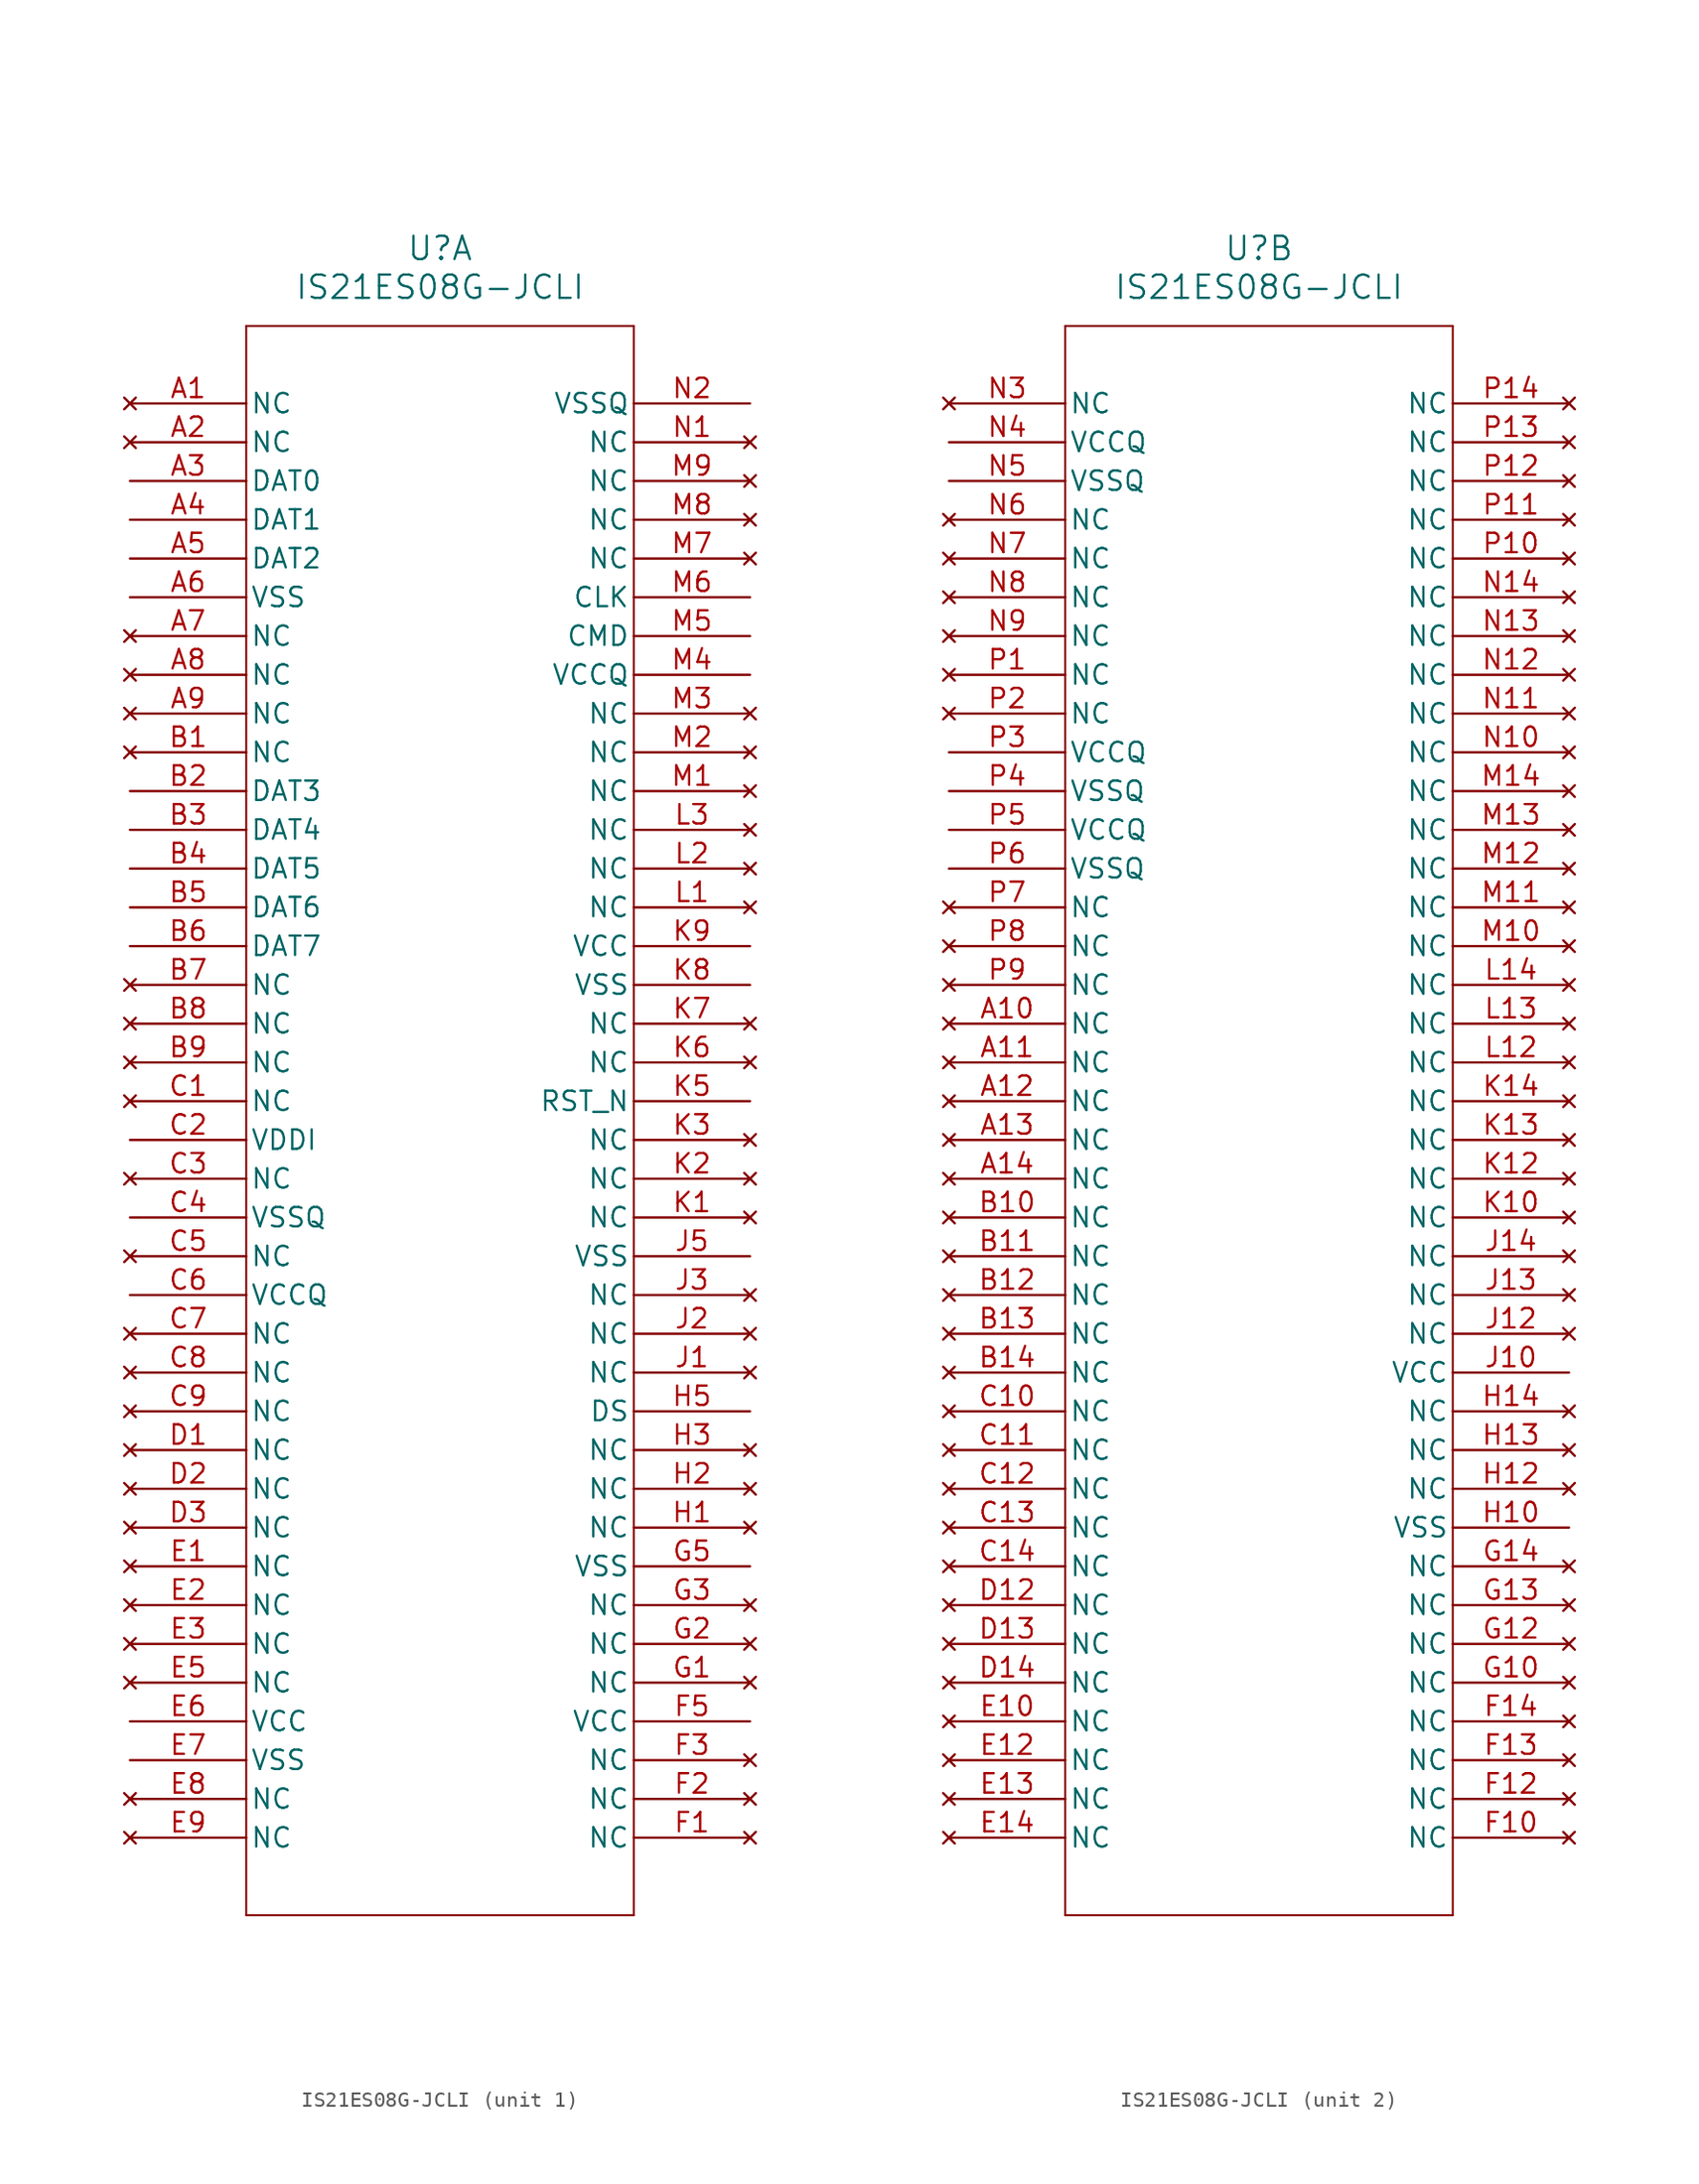
<source format=kicad_sym>
(kicad_symbol_lib
  (version 20211014)
  (generator kicad_symbol_editor)
  (symbol "IS21ES08G-JCLI"
    (pin_names
      (offset 0.254))
    (property "Reference" "U"
      (at 20.32 10.16 0)
      (effects (font (size 1.524 1.524))))
    (property "Value" "IS21ES08G-JCLI"
      (at 20.32 7.62 0)
      (effects (font (size 1.524 1.524))))
    (symbol "IS21ES08G-JCLI_1_1"
      (polyline (pts (xy 7.62 5.08) (xy 7.62 -99.06)) (stroke (width 0.127) (type default) (color 0 0 0 0)) (fill (type none)))
      (polyline (pts (xy 7.62 -99.06) (xy 33.02 -99.06)) (stroke (width 0.127) (type default) (color 0 0 0 0)) (fill (type none)))
      (polyline (pts (xy 33.02 -99.06) (xy 33.02 5.08)) (stroke (width 0.127) (type default) (color 0 0 0 0)) (fill (type none)))
      (polyline (pts (xy 33.02 5.08) (xy 7.62 5.08)) (stroke (width 0.127) (type default) (color 0 0 0 0)) (fill (type none)))
      (pin no_connect line (at 0 0 0) (length 7.62) (name "NC" (effects (font (size 1.27 1.27)))) (number "A1" (effects (font (size 1.27 1.27)))))
      (pin no_connect line (at 0 -2.54 0) (length 7.62) (name "NC" (effects (font (size 1.27 1.27)))) (number "A2" (effects (font (size 1.27 1.27)))))
      (pin bidirectional line (at 0 -5.08 0) (length 7.62) (name "DAT0" (effects (font (size 1.27 1.27)))) (number "A3" (effects (font (size 1.27 1.27)))))
      (pin bidirectional line (at 0 -7.62 0) (length 7.62) (name "DAT1" (effects (font (size 1.27 1.27)))) (number "A4" (effects (font (size 1.27 1.27)))))
      (pin bidirectional line (at 0 -10.16 0) (length 7.62) (name "DAT2" (effects (font (size 1.27 1.27)))) (number "A5" (effects (font (size 1.27 1.27)))))
      (pin power_out line (at 0 -12.7 0) (length 7.62) (name "VSS" (effects (font (size 1.27 1.27)))) (number "A6" (effects (font (size 1.27 1.27)))))
      (pin no_connect line (at 0 -15.24 0) (length 7.62) (name "NC" (effects (font (size 1.27 1.27)))) (number "A7" (effects (font (size 1.27 1.27)))))
      (pin no_connect line (at 0 -17.78 0) (length 7.62) (name "NC" (effects (font (size 1.27 1.27)))) (number "A8" (effects (font (size 1.27 1.27)))))
      (pin no_connect line (at 0 -20.32 0) (length 7.62) (name "NC" (effects (font (size 1.27 1.27)))) (number "A9" (effects (font (size 1.27 1.27)))))
      (pin no_connect line (at 0 -22.86 0) (length 7.62) (name "NC" (effects (font (size 1.27 1.27)))) (number "B1" (effects (font (size 1.27 1.27)))))
      (pin bidirectional line (at 0 -25.4 0) (length 7.62) (name "DAT3" (effects (font (size 1.27 1.27)))) (number "B2" (effects (font (size 1.27 1.27)))))
      (pin bidirectional line (at 0 -27.94 0) (length 7.62) (name "DAT4" (effects (font (size 1.27 1.27)))) (number "B3" (effects (font (size 1.27 1.27)))))
      (pin bidirectional line (at 0 -30.48 0) (length 7.62) (name "DAT5" (effects (font (size 1.27 1.27)))) (number "B4" (effects (font (size 1.27 1.27)))))
      (pin bidirectional line (at 0 -33.02 0) (length 7.62) (name "DAT6" (effects (font (size 1.27 1.27)))) (number "B5" (effects (font (size 1.27 1.27)))))
      (pin bidirectional line (at 0 -35.56 0) (length 7.62) (name "DAT7" (effects (font (size 1.27 1.27)))) (number "B6" (effects (font (size 1.27 1.27)))))
      (pin no_connect line (at 0 -38.1 0) (length 7.62) (name "NC" (effects (font (size 1.27 1.27)))) (number "B7" (effects (font (size 1.27 1.27)))))
      (pin no_connect line (at 0 -40.64 0) (length 7.62) (name "NC" (effects (font (size 1.27 1.27)))) (number "B8" (effects (font (size 1.27 1.27)))))
      (pin no_connect line (at 0 -43.18 0) (length 7.62) (name "NC" (effects (font (size 1.27 1.27)))) (number "B9" (effects (font (size 1.27 1.27)))))
      (pin no_connect line (at 0 -45.72 0) (length 7.62) (name "NC" (effects (font (size 1.27 1.27)))) (number "C1" (effects (font (size 1.27 1.27)))))
      (pin power_in line (at 0 -48.26 0) (length 7.62) (name "VDDI" (effects (font (size 1.27 1.27)))) (number "C2" (effects (font (size 1.27 1.27)))))
      (pin no_connect line (at 0 -50.8 0) (length 7.62) (name "NC" (effects (font (size 1.27 1.27)))) (number "C3" (effects (font (size 1.27 1.27)))))
      (pin power_out line (at 0 -53.34 0) (length 7.62) (name "VSSQ" (effects (font (size 1.27 1.27)))) (number "C4" (effects (font (size 1.27 1.27)))))
      (pin no_connect line (at 0 -55.88 0) (length 7.62) (name "NC" (effects (font (size 1.27 1.27)))) (number "C5" (effects (font (size 1.27 1.27)))))
      (pin power_in line (at 0 -58.42 0) (length 7.62) (name "VCCQ" (effects (font (size 1.27 1.27)))) (number "C6" (effects (font (size 1.27 1.27)))))
      (pin no_connect line (at 0 -60.96 0) (length 7.62) (name "NC" (effects (font (size 1.27 1.27)))) (number "C7" (effects (font (size 1.27 1.27)))))
      (pin no_connect line (at 0 -63.5 0) (length 7.62) (name "NC" (effects (font (size 1.27 1.27)))) (number "C8" (effects (font (size 1.27 1.27)))))
      (pin no_connect line (at 0 -66.04 0) (length 7.62) (name "NC" (effects (font (size 1.27 1.27)))) (number "C9" (effects (font (size 1.27 1.27)))))
      (pin no_connect line (at 0 -68.58 0) (length 7.62) (name "NC" (effects (font (size 1.27 1.27)))) (number "D1" (effects (font (size 1.27 1.27)))))
      (pin no_connect line (at 0 -71.12 0) (length 7.62) (name "NC" (effects (font (size 1.27 1.27)))) (number "D2" (effects (font (size 1.27 1.27)))))
      (pin no_connect line (at 0 -73.66 0) (length 7.62) (name "NC" (effects (font (size 1.27 1.27)))) (number "D3" (effects (font (size 1.27 1.27)))))
      (pin no_connect line (at 0 -76.2 0) (length 7.62) (name "NC" (effects (font (size 1.27 1.27)))) (number "E1" (effects (font (size 1.27 1.27)))))
      (pin no_connect line (at 0 -78.74 0) (length 7.62) (name "NC" (effects (font (size 1.27 1.27)))) (number "E2" (effects (font (size 1.27 1.27)))))
      (pin no_connect line (at 0 -81.28 0) (length 7.62) (name "NC" (effects (font (size 1.27 1.27)))) (number "E3" (effects (font (size 1.27 1.27)))))
      (pin no_connect line (at 0 -83.82 0) (length 7.62) (name "NC" (effects (font (size 1.27 1.27)))) (number "E5" (effects (font (size 1.27 1.27)))))
      (pin power_in line (at 0 -86.36 0) (length 7.62) (name "VCC" (effects (font (size 1.27 1.27)))) (number "E6" (effects (font (size 1.27 1.27)))))
      (pin power_out line (at 0 -88.9 0) (length 7.62) (name "VSS" (effects (font (size 1.27 1.27)))) (number "E7" (effects (font (size 1.27 1.27)))))
      (pin no_connect line (at 0 -91.44 0) (length 7.62) (name "NC" (effects (font (size 1.27 1.27)))) (number "E8" (effects (font (size 1.27 1.27)))))
      (pin no_connect line (at 0 -93.98 0) (length 7.62) (name "NC" (effects (font (size 1.27 1.27)))) (number "E9" (effects (font (size 1.27 1.27)))))
      (pin no_connect line (at 40.64 -93.98 180) (length 7.62) (name "NC" (effects (font (size 1.27 1.27)))) (number "F1" (effects (font (size 1.27 1.27)))))
      (pin no_connect line (at 40.64 -91.44 180) (length 7.62) (name "NC" (effects (font (size 1.27 1.27)))) (number "F2" (effects (font (size 1.27 1.27)))))
      (pin no_connect line (at 40.64 -88.9 180) (length 7.62) (name "NC" (effects (font (size 1.27 1.27)))) (number "F3" (effects (font (size 1.27 1.27)))))
      (pin power_in line (at 40.64 -86.36 180) (length 7.62) (name "VCC" (effects (font (size 1.27 1.27)))) (number "F5" (effects (font (size 1.27 1.27)))))
      (pin no_connect line (at 40.64 -83.82 180) (length 7.62) (name "NC" (effects (font (size 1.27 1.27)))) (number "G1" (effects (font (size 1.27 1.27)))))
      (pin no_connect line (at 40.64 -81.28 180) (length 7.62) (name "NC" (effects (font (size 1.27 1.27)))) (number "G2" (effects (font (size 1.27 1.27)))))
      (pin no_connect line (at 40.64 -78.74 180) (length 7.62) (name "NC" (effects (font (size 1.27 1.27)))) (number "G3" (effects (font (size 1.27 1.27)))))
      (pin power_out line (at 40.64 -76.2 180) (length 7.62) (name "VSS" (effects (font (size 1.27 1.27)))) (number "G5" (effects (font (size 1.27 1.27)))))
      (pin no_connect line (at 40.64 -73.66 180) (length 7.62) (name "NC" (effects (font (size 1.27 1.27)))) (number "H1" (effects (font (size 1.27 1.27)))))
      (pin no_connect line (at 40.64 -71.12 180) (length 7.62) (name "NC" (effects (font (size 1.27 1.27)))) (number "H2" (effects (font (size 1.27 1.27)))))
      (pin no_connect line (at 40.64 -68.58 180) (length 7.62) (name "NC" (effects (font (size 1.27 1.27)))) (number "H3" (effects (font (size 1.27 1.27)))))
      (pin output line (at 40.64 -66.04 180) (length 7.62) (name "DS" (effects (font (size 1.27 1.27)))) (number "H5" (effects (font (size 1.27 1.27)))))
      (pin no_connect line (at 40.64 -63.5 180) (length 7.62) (name "NC" (effects (font (size 1.27 1.27)))) (number "J1" (effects (font (size 1.27 1.27)))))
      (pin no_connect line (at 40.64 -60.96 180) (length 7.62) (name "NC" (effects (font (size 1.27 1.27)))) (number "J2" (effects (font (size 1.27 1.27)))))
      (pin no_connect line (at 40.64 -58.42 180) (length 7.62) (name "NC" (effects (font (size 1.27 1.27)))) (number "J3" (effects (font (size 1.27 1.27)))))
      (pin power_out line (at 40.64 -55.88 180) (length 7.62) (name "VSS" (effects (font (size 1.27 1.27)))) (number "J5" (effects (font (size 1.27 1.27)))))
      (pin no_connect line (at 40.64 -53.34 180) (length 7.62) (name "NC" (effects (font (size 1.27 1.27)))) (number "K1" (effects (font (size 1.27 1.27)))))
      (pin no_connect line (at 40.64 -50.8 180) (length 7.62) (name "NC" (effects (font (size 1.27 1.27)))) (number "K2" (effects (font (size 1.27 1.27)))))
      (pin no_connect line (at 40.64 -48.26 180) (length 7.62) (name "NC" (effects (font (size 1.27 1.27)))) (number "K3" (effects (font (size 1.27 1.27)))))
      (pin input line (at 40.64 -45.72 180) (length 7.62) (name "RST_N" (effects (font (size 1.27 1.27)))) (number "K5" (effects (font (size 1.27 1.27)))))
      (pin no_connect line (at 40.64 -43.18 180) (length 7.62) (name "NC" (effects (font (size 1.27 1.27)))) (number "K6" (effects (font (size 1.27 1.27)))))
      (pin no_connect line (at 40.64 -40.64 180) (length 7.62) (name "NC" (effects (font (size 1.27 1.27)))) (number "K7" (effects (font (size 1.27 1.27)))))
      (pin power_out line (at 40.64 -38.1 180) (length 7.62) (name "VSS" (effects (font (size 1.27 1.27)))) (number "K8" (effects (font (size 1.27 1.27)))))
      (pin power_in line (at 40.64 -35.56 180) (length 7.62) (name "VCC" (effects (font (size 1.27 1.27)))) (number "K9" (effects (font (size 1.27 1.27)))))
      (pin no_connect line (at 40.64 -33.02 180) (length 7.62) (name "NC" (effects (font (size 1.27 1.27)))) (number "L1" (effects (font (size 1.27 1.27)))))
      (pin no_connect line (at 40.64 -30.48 180) (length 7.62) (name "NC" (effects (font (size 1.27 1.27)))) (number "L2" (effects (font (size 1.27 1.27)))))
      (pin no_connect line (at 40.64 -27.94 180) (length 7.62) (name "NC" (effects (font (size 1.27 1.27)))) (number "L3" (effects (font (size 1.27 1.27)))))
      (pin no_connect line (at 40.64 -25.4 180) (length 7.62) (name "NC" (effects (font (size 1.27 1.27)))) (number "M1" (effects (font (size 1.27 1.27)))))
      (pin no_connect line (at 40.64 -22.86 180) (length 7.62) (name "NC" (effects (font (size 1.27 1.27)))) (number "M2" (effects (font (size 1.27 1.27)))))
      (pin no_connect line (at 40.64 -20.32 180) (length 7.62) (name "NC" (effects (font (size 1.27 1.27)))) (number "M3" (effects (font (size 1.27 1.27)))))
      (pin power_in line (at 40.64 -17.78 180) (length 7.62) (name "VCCQ" (effects (font (size 1.27 1.27)))) (number "M4" (effects (font (size 1.27 1.27)))))
      (pin bidirectional line (at 40.64 -15.24 180) (length 7.62) (name "CMD" (effects (font (size 1.27 1.27)))) (number "M5" (effects (font (size 1.27 1.27)))))
      (pin input line (at 40.64 -12.7 180) (length 7.62) (name "CLK" (effects (font (size 1.27 1.27)))) (number "M6" (effects (font (size 1.27 1.27)))))
      (pin no_connect line (at 40.64 -10.16 180) (length 7.62) (name "NC" (effects (font (size 1.27 1.27)))) (number "M7" (effects (font (size 1.27 1.27)))))
      (pin no_connect line (at 40.64 -7.62 180) (length 7.62) (name "NC" (effects (font (size 1.27 1.27)))) (number "M8" (effects (font (size 1.27 1.27)))))
      (pin no_connect line (at 40.64 -5.08 180) (length 7.62) (name "NC" (effects (font (size 1.27 1.27)))) (number "M9" (effects (font (size 1.27 1.27)))))
      (pin no_connect line (at 40.64 -2.54 180) (length 7.62) (name "NC" (effects (font (size 1.27 1.27)))) (number "N1" (effects (font (size 1.27 1.27)))))
      (pin power_out line (at 40.64 0 180) (length 7.62) (name "VSSQ" (effects (font (size 1.27 1.27)))) (number "N2" (effects (font (size 1.27 1.27))))))
    (symbol "IS21ES08G-JCLI_2_1"
      (polyline (pts (xy 7.62 5.08) (xy 7.62 -99.06)) (stroke (width 0.127) (type default) (color 0 0 0 0)) (fill (type none)))
      (polyline (pts (xy 7.62 -99.06) (xy 33.02 -99.06)) (stroke (width 0.127) (type default) (color 0 0 0 0)) (fill (type none)))
      (polyline (pts (xy 33.02 -99.06) (xy 33.02 5.08)) (stroke (width 0.127) (type default) (color 0 0 0 0)) (fill (type none)))
      (polyline (pts (xy 33.02 5.08) (xy 7.62 5.08)) (stroke (width 0.127) (type default) (color 0 0 0 0)) (fill (type none)))
      (pin no_connect line (at 0 0 0) (length 7.62) (name "NC" (effects (font (size 1.27 1.27)))) (number "N3" (effects (font (size 1.27 1.27)))))
      (pin power_in line (at 0 -2.54 0) (length 7.62) (name "VCCQ" (effects (font (size 1.27 1.27)))) (number "N4" (effects (font (size 1.27 1.27)))))
      (pin power_out line (at 0 -5.08 0) (length 7.62) (name "VSSQ" (effects (font (size 1.27 1.27)))) (number "N5" (effects (font (size 1.27 1.27)))))
      (pin no_connect line (at 0 -7.62 0) (length 7.62) (name "NC" (effects (font (size 1.27 1.27)))) (number "N6" (effects (font (size 1.27 1.27)))))
      (pin no_connect line (at 0 -10.16 0) (length 7.62) (name "NC" (effects (font (size 1.27 1.27)))) (number "N7" (effects (font (size 1.27 1.27)))))
      (pin no_connect line (at 0 -12.7 0) (length 7.62) (name "NC" (effects (font (size 1.27 1.27)))) (number "N8" (effects (font (size 1.27 1.27)))))
      (pin no_connect line (at 0 -15.24 0) (length 7.62) (name "NC" (effects (font (size 1.27 1.27)))) (number "N9" (effects (font (size 1.27 1.27)))))
      (pin no_connect line (at 0 -17.78 0) (length 7.62) (name "NC" (effects (font (size 1.27 1.27)))) (number "P1" (effects (font (size 1.27 1.27)))))
      (pin no_connect line (at 0 -20.32 0) (length 7.62) (name "NC" (effects (font (size 1.27 1.27)))) (number "P2" (effects (font (size 1.27 1.27)))))
      (pin power_in line (at 0 -22.86 0) (length 7.62) (name "VCCQ" (effects (font (size 1.27 1.27)))) (number "P3" (effects (font (size 1.27 1.27)))))
      (pin power_out line (at 0 -25.4 0) (length 7.62) (name "VSSQ" (effects (font (size 1.27 1.27)))) (number "P4" (effects (font (size 1.27 1.27)))))
      (pin power_in line (at 0 -27.94 0) (length 7.62) (name "VCCQ" (effects (font (size 1.27 1.27)))) (number "P5" (effects (font (size 1.27 1.27)))))
      (pin power_out line (at 0 -30.48 0) (length 7.62) (name "VSSQ" (effects (font (size 1.27 1.27)))) (number "P6" (effects (font (size 1.27 1.27)))))
      (pin no_connect line (at 0 -33.02 0) (length 7.62) (name "NC" (effects (font (size 1.27 1.27)))) (number "P7" (effects (font (size 1.27 1.27)))))
      (pin no_connect line (at 0 -35.56 0) (length 7.62) (name "NC" (effects (font (size 1.27 1.27)))) (number "P8" (effects (font (size 1.27 1.27)))))
      (pin no_connect line (at 0 -38.1 0) (length 7.62) (name "NC" (effects (font (size 1.27 1.27)))) (number "P9" (effects (font (size 1.27 1.27)))))
      (pin no_connect line (at 0 -40.64 0) (length 7.62) (name "NC" (effects (font (size 1.27 1.27)))) (number "A10" (effects (font (size 1.27 1.27)))))
      (pin no_connect line (at 0 -43.18 0) (length 7.62) (name "NC" (effects (font (size 1.27 1.27)))) (number "A11" (effects (font (size 1.27 1.27)))))
      (pin no_connect line (at 0 -45.72 0) (length 7.62) (name "NC" (effects (font (size 1.27 1.27)))) (number "A12" (effects (font (size 1.27 1.27)))))
      (pin no_connect line (at 0 -48.26 0) (length 7.62) (name "NC" (effects (font (size 1.27 1.27)))) (number "A13" (effects (font (size 1.27 1.27)))))
      (pin no_connect line (at 0 -50.8 0) (length 7.62) (name "NC" (effects (font (size 1.27 1.27)))) (number "A14" (effects (font (size 1.27 1.27)))))
      (pin no_connect line (at 0 -53.34 0) (length 7.62) (name "NC" (effects (font (size 1.27 1.27)))) (number "B10" (effects (font (size 1.27 1.27)))))
      (pin no_connect line (at 0 -55.88 0) (length 7.62) (name "NC" (effects (font (size 1.27 1.27)))) (number "B11" (effects (font (size 1.27 1.27)))))
      (pin no_connect line (at 0 -58.42 0) (length 7.62) (name "NC" (effects (font (size 1.27 1.27)))) (number "B12" (effects (font (size 1.27 1.27)))))
      (pin no_connect line (at 0 -60.96 0) (length 7.62) (name "NC" (effects (font (size 1.27 1.27)))) (number "B13" (effects (font (size 1.27 1.27)))))
      (pin no_connect line (at 0 -63.5 0) (length 7.62) (name "NC" (effects (font (size 1.27 1.27)))) (number "B14" (effects (font (size 1.27 1.27)))))
      (pin no_connect line (at 0 -66.04 0) (length 7.62) (name "NC" (effects (font (size 1.27 1.27)))) (number "C10" (effects (font (size 1.27 1.27)))))
      (pin no_connect line (at 0 -68.58 0) (length 7.62) (name "NC" (effects (font (size 1.27 1.27)))) (number "C11" (effects (font (size 1.27 1.27)))))
      (pin no_connect line (at 0 -71.12 0) (length 7.62) (name "NC" (effects (font (size 1.27 1.27)))) (number "C12" (effects (font (size 1.27 1.27)))))
      (pin no_connect line (at 0 -73.66 0) (length 7.62) (name "NC" (effects (font (size 1.27 1.27)))) (number "C13" (effects (font (size 1.27 1.27)))))
      (pin no_connect line (at 0 -76.2 0) (length 7.62) (name "NC" (effects (font (size 1.27 1.27)))) (number "C14" (effects (font (size 1.27 1.27)))))
      (pin no_connect line (at 0 -78.74 0) (length 7.62) (name "NC" (effects (font (size 1.27 1.27)))) (number "D12" (effects (font (size 1.27 1.27)))))
      (pin no_connect line (at 0 -81.28 0) (length 7.62) (name "NC" (effects (font (size 1.27 1.27)))) (number "D13" (effects (font (size 1.27 1.27)))))
      (pin no_connect line (at 0 -83.82 0) (length 7.62) (name "NC" (effects (font (size 1.27 1.27)))) (number "D14" (effects (font (size 1.27 1.27)))))
      (pin no_connect line (at 0 -86.36 0) (length 7.62) (name "NC" (effects (font (size 1.27 1.27)))) (number "E10" (effects (font (size 1.27 1.27)))))
      (pin no_connect line (at 0 -88.9 0) (length 7.62) (name "NC" (effects (font (size 1.27 1.27)))) (number "E12" (effects (font (size 1.27 1.27)))))
      (pin no_connect line (at 0 -91.44 0) (length 7.62) (name "NC" (effects (font (size 1.27 1.27)))) (number "E13" (effects (font (size 1.27 1.27)))))
      (pin no_connect line (at 0 -93.98 0) (length 7.62) (name "NC" (effects (font (size 1.27 1.27)))) (number "E14" (effects (font (size 1.27 1.27)))))
      (pin no_connect line (at 40.64 -93.98 180) (length 7.62) (name "NC" (effects (font (size 1.27 1.27)))) (number "F10" (effects (font (size 1.27 1.27)))))
      (pin no_connect line (at 40.64 -91.44 180) (length 7.62) (name "NC" (effects (font (size 1.27 1.27)))) (number "F12" (effects (font (size 1.27 1.27)))))
      (pin no_connect line (at 40.64 -88.9 180) (length 7.62) (name "NC" (effects (font (size 1.27 1.27)))) (number "F13" (effects (font (size 1.27 1.27)))))
      (pin no_connect line (at 40.64 -86.36 180) (length 7.62) (name "NC" (effects (font (size 1.27 1.27)))) (number "F14" (effects (font (size 1.27 1.27)))))
      (pin no_connect line (at 40.64 -83.82 180) (length 7.62) (name "NC" (effects (font (size 1.27 1.27)))) (number "G10" (effects (font (size 1.27 1.27)))))
      (pin no_connect line (at 40.64 -81.28 180) (length 7.62) (name "NC" (effects (font (size 1.27 1.27)))) (number "G12" (effects (font (size 1.27 1.27)))))
      (pin no_connect line (at 40.64 -78.74 180) (length 7.62) (name "NC" (effects (font (size 1.27 1.27)))) (number "G13" (effects (font (size 1.27 1.27)))))
      (pin no_connect line (at 40.64 -76.2 180) (length 7.62) (name "NC" (effects (font (size 1.27 1.27)))) (number "G14" (effects (font (size 1.27 1.27)))))
      (pin power_out line (at 40.64 -73.66 180) (length 7.62) (name "VSS" (effects (font (size 1.27 1.27)))) (number "H10" (effects (font (size 1.27 1.27)))))
      (pin no_connect line (at 40.64 -71.12 180) (length 7.62) (name "NC" (effects (font (size 1.27 1.27)))) (number "H12" (effects (font (size 1.27 1.27)))))
      (pin no_connect line (at 40.64 -68.58 180) (length 7.62) (name "NC" (effects (font (size 1.27 1.27)))) (number "H13" (effects (font (size 1.27 1.27)))))
      (pin no_connect line (at 40.64 -66.04 180) (length 7.62) (name "NC" (effects (font (size 1.27 1.27)))) (number "H14" (effects (font (size 1.27 1.27)))))
      (pin power_in line (at 40.64 -63.5 180) (length 7.62) (name "VCC" (effects (font (size 1.27 1.27)))) (number "J10" (effects (font (size 1.27 1.27)))))
      (pin no_connect line (at 40.64 -60.96 180) (length 7.62) (name "NC" (effects (font (size 1.27 1.27)))) (number "J12" (effects (font (size 1.27 1.27)))))
      (pin no_connect line (at 40.64 -58.42 180) (length 7.62) (name "NC" (effects (font (size 1.27 1.27)))) (number "J13" (effects (font (size 1.27 1.27)))))
      (pin no_connect line (at 40.64 -55.88 180) (length 7.62) (name "NC" (effects (font (size 1.27 1.27)))) (number "J14" (effects (font (size 1.27 1.27)))))
      (pin no_connect line (at 40.64 -53.34 180) (length 7.62) (name "NC" (effects (font (size 1.27 1.27)))) (number "K10" (effects (font (size 1.27 1.27)))))
      (pin no_connect line (at 40.64 -50.8 180) (length 7.62) (name "NC" (effects (font (size 1.27 1.27)))) (number "K12" (effects (font (size 1.27 1.27)))))
      (pin no_connect line (at 40.64 -48.26 180) (length 7.62) (name "NC" (effects (font (size 1.27 1.27)))) (number "K13" (effects (font (size 1.27 1.27)))))
      (pin no_connect line (at 40.64 -45.72 180) (length 7.62) (name "NC" (effects (font (size 1.27 1.27)))) (number "K14" (effects (font (size 1.27 1.27)))))
      (pin no_connect line (at 40.64 -43.18 180) (length 7.62) (name "NC" (effects (font (size 1.27 1.27)))) (number "L12" (effects (font (size 1.27 1.27)))))
      (pin no_connect line (at 40.64 -40.64 180) (length 7.62) (name "NC" (effects (font (size 1.27 1.27)))) (number "L13" (effects (font (size 1.27 1.27)))))
      (pin no_connect line (at 40.64 -38.1 180) (length 7.62) (name "NC" (effects (font (size 1.27 1.27)))) (number "L14" (effects (font (size 1.27 1.27)))))
      (pin no_connect line (at 40.64 -35.56 180) (length 7.62) (name "NC" (effects (font (size 1.27 1.27)))) (number "M10" (effects (font (size 1.27 1.27)))))
      (pin no_connect line (at 40.64 -33.02 180) (length 7.62) (name "NC" (effects (font (size 1.27 1.27)))) (number "M11" (effects (font (size 1.27 1.27)))))
      (pin no_connect line (at 40.64 -30.48 180) (length 7.62) (name "NC" (effects (font (size 1.27 1.27)))) (number "M12" (effects (font (size 1.27 1.27)))))
      (pin no_connect line (at 40.64 -27.94 180) (length 7.62) (name "NC" (effects (font (size 1.27 1.27)))) (number "M13" (effects (font (size 1.27 1.27)))))
      (pin no_connect line (at 40.64 -25.4 180) (length 7.62) (name "NC" (effects (font (size 1.27 1.27)))) (number "M14" (effects (font (size 1.27 1.27)))))
      (pin no_connect line (at 40.64 -22.86 180) (length 7.62) (name "NC" (effects (font (size 1.27 1.27)))) (number "N10" (effects (font (size 1.27 1.27)))))
      (pin no_connect line (at 40.64 -20.32 180) (length 7.62) (name "NC" (effects (font (size 1.27 1.27)))) (number "N11" (effects (font (size 1.27 1.27)))))
      (pin no_connect line (at 40.64 -17.78 180) (length 7.62) (name "NC" (effects (font (size 1.27 1.27)))) (number "N12" (effects (font (size 1.27 1.27)))))
      (pin no_connect line (at 40.64 -15.24 180) (length 7.62) (name "NC" (effects (font (size 1.27 1.27)))) (number "N13" (effects (font (size 1.27 1.27)))))
      (pin no_connect line (at 40.64 -12.7 180) (length 7.62) (name "NC" (effects (font (size 1.27 1.27)))) (number "N14" (effects (font (size 1.27 1.27)))))
      (pin no_connect line (at 40.64 -10.16 180) (length 7.62) (name "NC" (effects (font (size 1.27 1.27)))) (number "P10" (effects (font (size 1.27 1.27)))))
      (pin no_connect line (at 40.64 -7.62 180) (length 7.62) (name "NC" (effects (font (size 1.27 1.27)))) (number "P11" (effects (font (size 1.27 1.27)))))
      (pin no_connect line (at 40.64 -5.08 180) (length 7.62) (name "NC" (effects (font (size 1.27 1.27)))) (number "P12" (effects (font (size 1.27 1.27)))))
      (pin no_connect line (at 40.64 -2.54 180) (length 7.62) (name "NC" (effects (font (size 1.27 1.27)))) (number "P13" (effects (font (size 1.27 1.27)))))
      (pin no_connect line (at 40.64 0 180) (length 7.62) (name "NC" (effects (font (size 1.27 1.27)))) (number "P14" (effects (font (size 1.27 1.27))))))))
</source>
